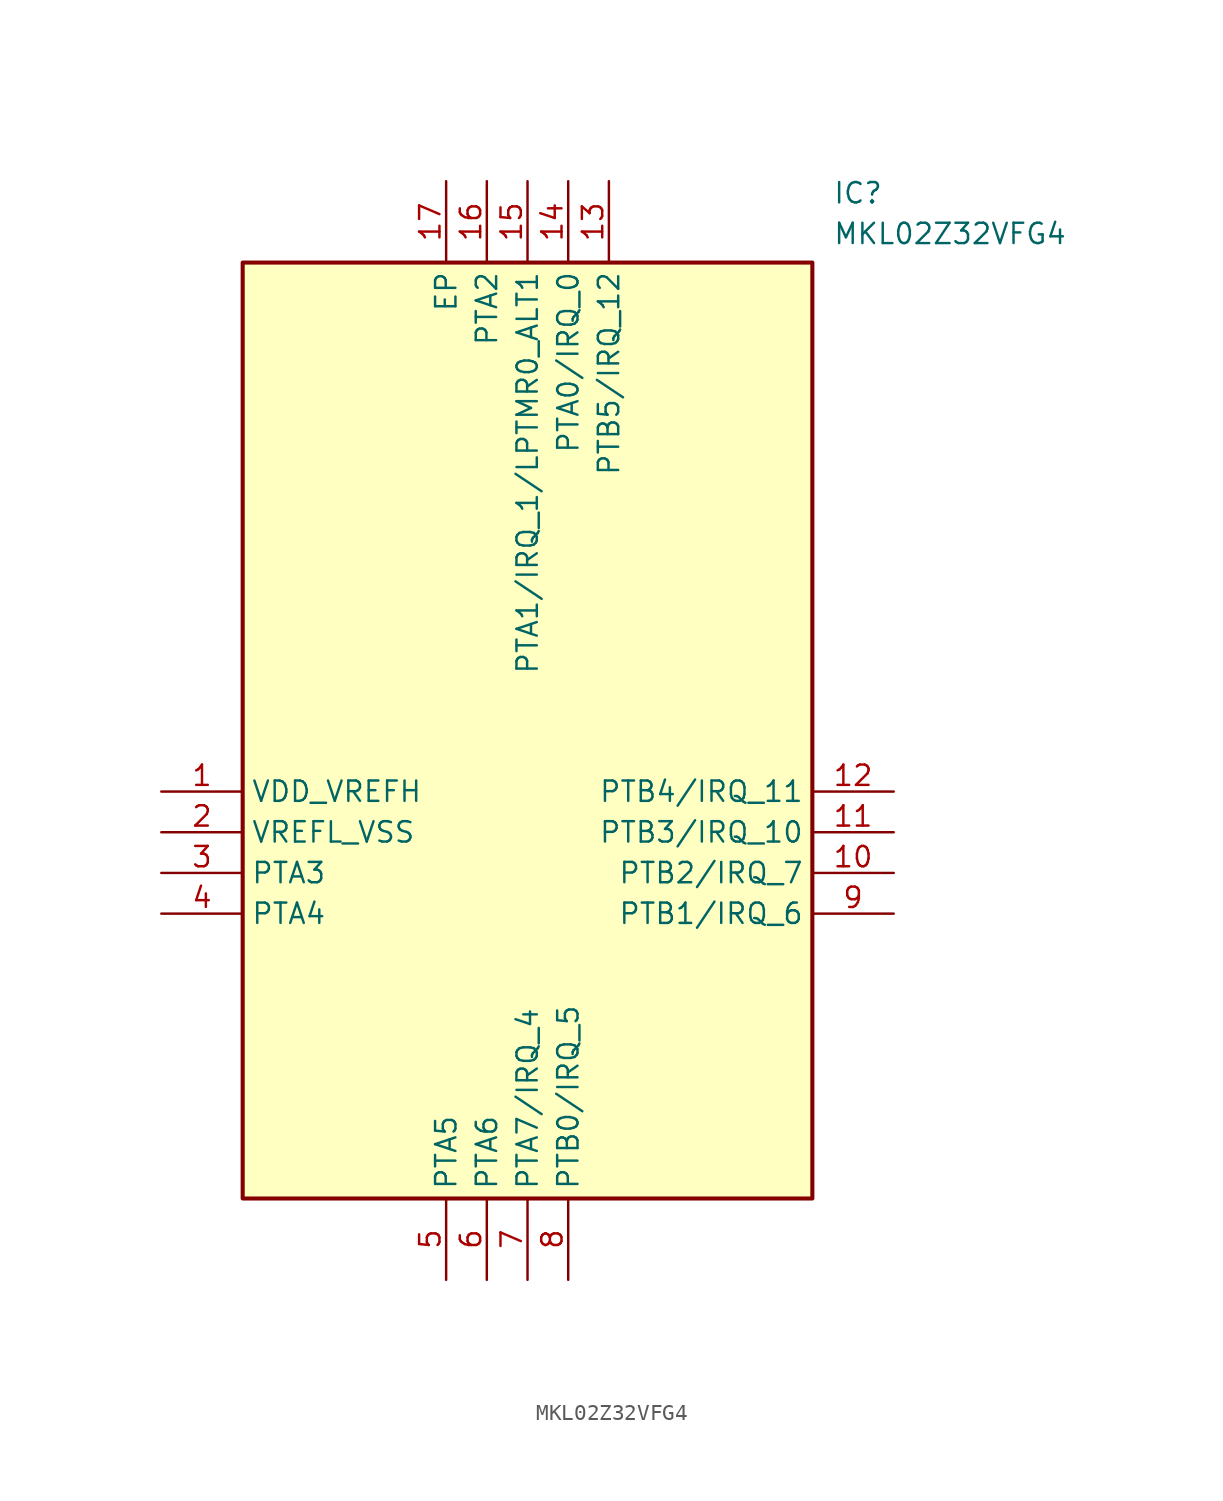
<source format=kicad_sym>
(kicad_symbol_lib
  (version 20211014)
  (generator SamacSys_ECAD_Model)
  (symbol "MKL02Z32VFG4"
    (property "Reference" "IC"
      (at 41.91 38.1 0)
      (effects (font (size 1.27 1.27)) (justify left top)))
    (property "Value" "MKL02Z32VFG4"
      (at 41.91 35.56 0)
      (effects (font (size 1.27 1.27)) (justify left top)))
    (rectangle
      (start 5.08 33.02)
      (end 40.64 -25.4)
      (stroke (width 0.254) (type default))
      (fill (type background)))
    (pin passive line
      (at 0 0 0)
      (length 5.08)
      (name "VDD_VREFH" (effects (font (size 1.27 1.27))))
      (number "1" (effects (font (size 1.27 1.27)))))
    (pin passive line
      (at 0 -2.54 0)
      (length 5.08)
      (name "VREFL_VSS" (effects (font (size 1.27 1.27))))
      (number "2" (effects (font (size 1.27 1.27)))))
    (pin passive line
      (at 0 -5.08 0)
      (length 5.08)
      (name "PTA3" (effects (font (size 1.27 1.27))))
      (number "3" (effects (font (size 1.27 1.27)))))
    (pin passive line
      (at 0 -7.62 0)
      (length 5.08)
      (name "PTA4" (effects (font (size 1.27 1.27))))
      (number "4" (effects (font (size 1.27 1.27)))))
    (pin passive line
      (at 17.78 -30.48 90)
      (length 5.08)
      (name "PTA5" (effects (font (size 1.27 1.27))))
      (number "5" (effects (font (size 1.27 1.27)))))
    (pin passive line
      (at 20.32 -30.48 90)
      (length 5.08)
      (name "PTA6" (effects (font (size 1.27 1.27))))
      (number "6" (effects (font (size 1.27 1.27)))))
    (pin passive line
      (at 22.86 -30.48 90)
      (length 5.08)
      (name "PTA7/IRQ_4" (effects (font (size 1.27 1.27))))
      (number "7" (effects (font (size 1.27 1.27)))))
    (pin passive line
      (at 25.4 -30.48 90)
      (length 5.08)
      (name "PTB0/IRQ_5" (effects (font (size 1.27 1.27))))
      (number "8" (effects (font (size 1.27 1.27)))))
    (pin passive line
      (at 45.72 0 180)
      (length 5.08)
      (name "PTB4/IRQ_11" (effects (font (size 1.27 1.27))))
      (number "12" (effects (font (size 1.27 1.27)))))
    (pin passive line
      (at 45.72 -2.54 180)
      (length 5.08)
      (name "PTB3/IRQ_10" (effects (font (size 1.27 1.27))))
      (number "11" (effects (font (size 1.27 1.27)))))
    (pin passive line
      (at 45.72 -5.08 180)
      (length 5.08)
      (name "PTB2/IRQ_7" (effects (font (size 1.27 1.27))))
      (number "10" (effects (font (size 1.27 1.27)))))
    (pin passive line
      (at 45.72 -7.62 180)
      (length 5.08)
      (name "PTB1/IRQ_6" (effects (font (size 1.27 1.27))))
      (number "9" (effects (font (size 1.27 1.27)))))
    (pin passive line
      (at 17.78 38.1 270)
      (length 5.08)
      (name "EP" (effects (font (size 1.27 1.27))))
      (number "17" (effects (font (size 1.27 1.27)))))
    (pin passive line
      (at 20.32 38.1 270)
      (length 5.08)
      (name "PTA2" (effects (font (size 1.27 1.27))))
      (number "16" (effects (font (size 1.27 1.27)))))
    (pin passive line
      (at 22.86 38.1 270)
      (length 5.08)
      (name "PTA1/IRQ_1/LPTMR0_ALT1" (effects (font (size 1.27 1.27))))
      (number "15" (effects (font (size 1.27 1.27)))))
    (pin passive line
      (at 25.4 38.1 270)
      (length 5.08)
      (name "PTA0/IRQ_0" (effects (font (size 1.27 1.27))))
      (number "14" (effects (font (size 1.27 1.27)))))
    (pin passive line
      (at 27.94 38.1 270)
      (length 5.08)
      (name "PTB5/IRQ_12" (effects (font (size 1.27 1.27))))
      (number "13" (effects (font (size 1.27 1.27)))))))
</source>
